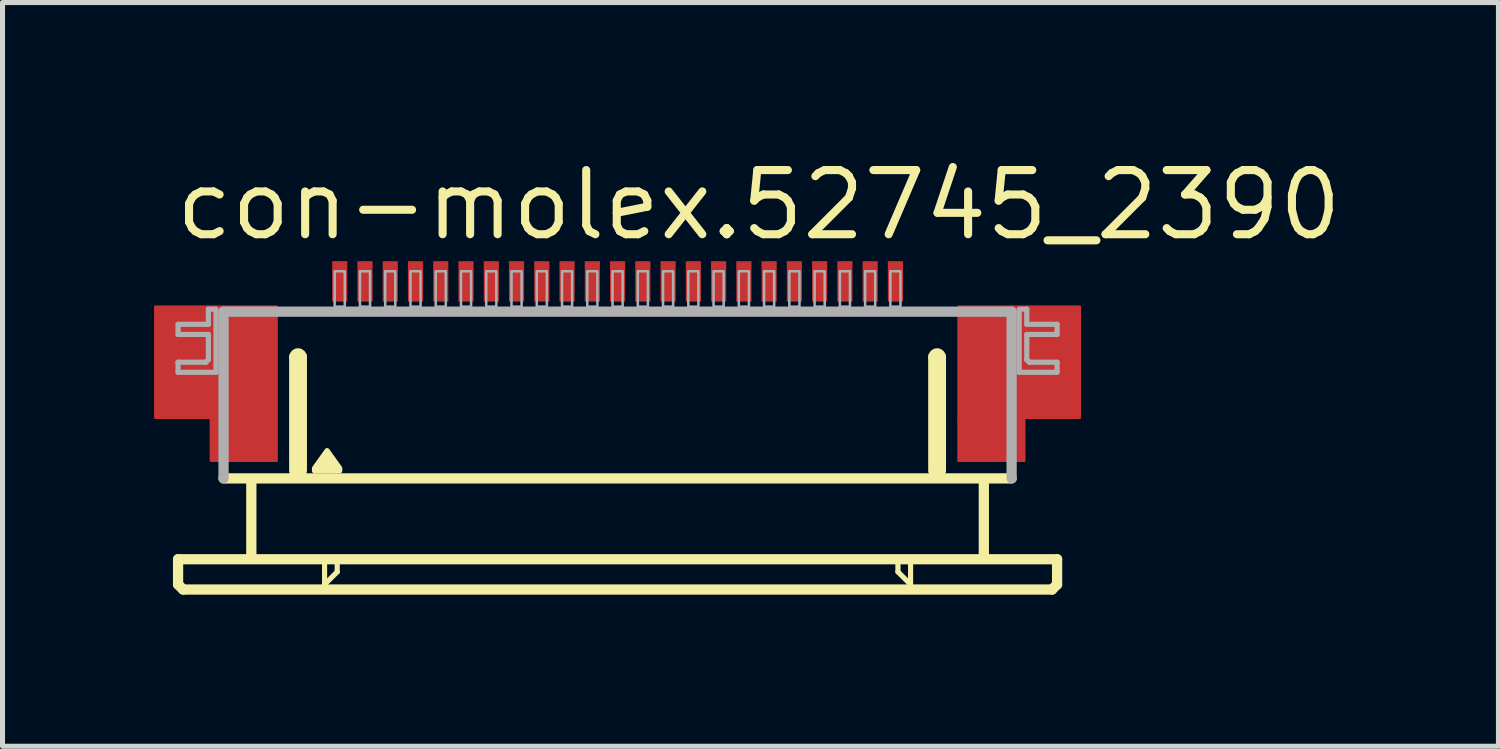
<source format=kicad_pcb>
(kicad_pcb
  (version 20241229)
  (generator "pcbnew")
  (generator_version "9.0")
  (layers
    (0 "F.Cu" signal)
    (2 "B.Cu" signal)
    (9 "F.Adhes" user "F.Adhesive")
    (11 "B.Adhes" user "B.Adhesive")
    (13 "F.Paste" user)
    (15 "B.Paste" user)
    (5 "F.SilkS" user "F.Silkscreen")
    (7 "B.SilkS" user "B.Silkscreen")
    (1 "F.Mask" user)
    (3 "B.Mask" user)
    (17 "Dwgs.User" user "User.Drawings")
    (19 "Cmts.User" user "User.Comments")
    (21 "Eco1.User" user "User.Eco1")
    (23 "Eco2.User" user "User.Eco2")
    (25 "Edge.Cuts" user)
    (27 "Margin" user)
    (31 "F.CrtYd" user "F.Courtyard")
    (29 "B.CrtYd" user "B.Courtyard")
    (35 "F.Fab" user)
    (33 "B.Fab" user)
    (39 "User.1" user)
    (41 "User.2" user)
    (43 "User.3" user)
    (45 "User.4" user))
  (footprint "con-molex.52745_2390"
    (layer "F.Cu")
    (at 9.175 5.02)
    (property "Reference" "con-molex.52745_2390" (at -8.83 -3.27 0) (layer "F.SilkS") (effects (font (size 1.27 1.27) (thickness 0.16)) (justify left bottom)))
    (attr smd)
    (fp_rect (start -9.15 0.2) (end -6.75 -2) (stroke (width 0.05) (type default)) (fill yes) (layer "F.Cu"))
    (fp_rect (start -8.05 1.05) (end -6.75 0.2) (stroke (width 0.05) (type default)) (fill yes) (layer "F.Cu"))
    (fp_rect (start 6.75 0.2) (end 9.15 -2) (stroke (width 0.05) (type default)) (fill yes) (layer "F.Cu"))
    (fp_rect (start 6.75 1.05) (end 8.05 0.2) (stroke (width 0.05) (type default)) (fill yes) (layer "F.Cu"))
    (fp_rect (start -9.15 0.2) (end -8 -2) (stroke (width 0.05) (type default)) (fill yes) (layer "F.Mask"))
    (fp_rect (start -8.05 1.05) (end -6.75 -2) (stroke (width 0.05) (type default)) (fill yes) (layer "F.Mask"))
    (fp_rect (start 6.75 1.05) (end 8.05 -2) (stroke (width 0.05) (type default)) (fill yes) (layer "F.Mask"))
    (fp_rect (start 8 0.2) (end 9.15 -2) (stroke (width 0.05) (type default)) (fill yes) (layer "F.Mask"))
    (fp_line (start -8.7 3) (end -8.7 3.5) (stroke (width 0.203) (type default)) (layer "F.SilkS"))
    (fp_line (start -8.7 3.5) (end -8.6 3.6) (stroke (width 0.203) (type default)) (layer "F.SilkS"))
    (fp_line (start -8.6 3.6) (end 8.6 3.6) (stroke (width 0.203) (type default)) (layer "F.SilkS"))
    (fp_line (start -7.25 1.5) (end -7.25 2.9) (stroke (width 0.203) (type default)) (layer "F.SilkS"))
    (fp_line (start -6.4 1.25) (end -6.4 -1) (stroke (width 0.203) (type default)) (layer "F.SilkS"))
    (fp_line (start -6.25 -1) (end -6.25 1.25) (stroke (width 0.203) (type default)) (layer "F.SilkS"))
    (fp_line (start -5.8 3.1) (end -5.8 3.5) (stroke (width 0.102) (type default)) (layer "F.SilkS"))
    (fp_line (start -5.8 3.5) (end -5.55 3.25) (stroke (width 0.102) (type default)) (layer "F.SilkS"))
    (fp_line (start -5.55 3.25) (end -5.55 3.1) (stroke (width 0.102) (type default)) (layer "F.SilkS"))
    (fp_line (start 5.55 3.1) (end 5.55 3.25) (stroke (width 0.102) (type default)) (layer "F.SilkS"))
    (fp_line (start 5.55 3.25) (end 5.8 3.5) (stroke (width 0.102) (type default)) (layer "F.SilkS"))
    (fp_line (start 5.8 3.5) (end 5.8 3.1) (stroke (width 0.102) (type default)) (layer "F.SilkS"))
    (fp_line (start 6.25 1.25) (end 6.25 -1) (stroke (width 0.203) (type default)) (layer "F.SilkS"))
    (fp_line (start 6.4 -1) (end 6.4 1.25) (stroke (width 0.203) (type default)) (layer "F.SilkS"))
    (fp_line (start 7.25 1.5) (end 7.25 2.9) (stroke (width 0.203) (type default)) (layer "F.SilkS"))
    (fp_line (start 7.8 1.4) (end -7.8 1.4) (stroke (width 0.203) (type default)) (layer "F.SilkS"))
    (fp_line (start 8.6 3.6) (end 8.7 3.5) (stroke (width 0.203) (type default)) (layer "F.SilkS"))
    (fp_line (start 8.7 3) (end -8.7 3) (stroke (width 0.203) (type default)) (layer "F.SilkS"))
    (fp_line (start 8.7 3.5) (end 8.7 3) (stroke (width 0.203) (type default)) (layer "F.SilkS"))
    (fp_arc (start -6.4 -1) (mid -6.325 -1.075) (end -6.25 -1) (stroke (width 0.2032) (type default)) (layer "F.SilkS"))
    (fp_arc (start 6.25 -1) (mid 6.325 -1.075) (end 6.4 -1) (stroke (width 0.2032) (type default)) (layer "F.SilkS"))
    (fp_poly (pts (xy -6 1.25) (xy -6 1.2) (xy -5.75 0.85) (xy -5.5 1.2) (xy -5.5 1.25)) (stroke (width 0.102) (type default)) (fill yes) (layer "F.SilkS"))
    (fp_rect (start -8.95 0.05) (end -6.95 -1.85) (stroke (width 0.05) (type default)) (fill yes) (layer "F.Paste"))
    (fp_rect (start 6.95 0.05) (end 8.95 -1.85) (stroke (width 0.05) (type default)) (fill yes) (layer "F.Paste"))
    (fp_line (start -8.7 -1.65) (end -8.7 -1.45) (stroke (width 0.102) (type default)) (layer "F.Fab"))
    (fp_line (start -8.7 -1.45) (end -8.1 -1.45) (stroke (width 0.102) (type default)) (layer "F.Fab"))
    (fp_line (start -8.7 -0.9) (end -8.7 -0.7) (stroke (width 0.102) (type default)) (layer "F.Fab"))
    (fp_line (start -8.7 -0.7) (end -7.95 -0.7) (stroke (width 0.102) (type default)) (layer "F.Fab"))
    (fp_line (start -8.15 -0.9) (end -8.7 -0.9) (stroke (width 0.102) (type default)) (layer "F.Fab"))
    (fp_line (start -8.1 -1.95) (end -8.1 -1.65) (stroke (width 0.102) (type default)) (layer "F.Fab"))
    (fp_line (start -8.1 -1.65) (end -8.7 -1.65) (stroke (width 0.102) (type default)) (layer "F.Fab"))
    (fp_line (start -8.1 -1.45) (end -8.1 -0.95) (stroke (width 0.102) (type default)) (layer "F.Fab"))
    (fp_line (start -8.1 -0.95) (end -8.15 -0.9) (stroke (width 0.102) (type default)) (layer "F.Fab"))
    (fp_line (start -7.95 -1.95) (end -8.1 -1.95) (stroke (width 0.102) (type default)) (layer "F.Fab"))
    (fp_line (start -7.95 -0.7) (end -7.95 -1.9) (stroke (width 0.102) (type default)) (layer "F.Fab"))
    (fp_line (start -7.8 -1.9) (end 7.8 -1.9) (stroke (width 0.203) (type default)) (layer "F.Fab"))
    (fp_line (start -7.8 1.4) (end -7.8 -1.9) (stroke (width 0.203) (type default)) (layer "F.Fab"))
    (fp_line (start 7.8 -1.9) (end 7.8 1.4) (stroke (width 0.203) (type default)) (layer "F.Fab"))
    (fp_line (start 7.95 -1.95) (end 8.1 -1.95) (stroke (width 0.102) (type default)) (layer "F.Fab"))
    (fp_line (start 7.95 -0.7) (end 7.95 -1.9) (stroke (width 0.102) (type default)) (layer "F.Fab"))
    (fp_line (start 8.1 -1.95) (end 8.1 -1.65) (stroke (width 0.102) (type default)) (layer "F.Fab"))
    (fp_line (start 8.1 -1.65) (end 8.7 -1.65) (stroke (width 0.102) (type default)) (layer "F.Fab"))
    (fp_line (start 8.1 -1.45) (end 8.1 -0.95) (stroke (width 0.102) (type default)) (layer "F.Fab"))
    (fp_line (start 8.1 -0.95) (end 8.15 -0.9) (stroke (width 0.102) (type default)) (layer "F.Fab"))
    (fp_line (start 8.15 -0.9) (end 8.7 -0.9) (stroke (width 0.102) (type default)) (layer "F.Fab"))
    (fp_line (start 8.7 -1.65) (end 8.7 -1.45) (stroke (width 0.102) (type default)) (layer "F.Fab"))
    (fp_line (start 8.7 -1.45) (end 8.1 -1.45) (stroke (width 0.102) (type default)) (layer "F.Fab"))
    (fp_line (start 8.7 -0.9) (end 8.7 -0.7) (stroke (width 0.102) (type default)) (layer "F.Fab"))
    (fp_line (start 8.7 -0.7) (end 7.95 -0.7) (stroke (width 0.102) (type default)) (layer "F.Fab"))
    (fp_rect (start -5.6 -2) (end -5.4 -2.7) (stroke (width 0.05) (type default)) (fill no) (layer "F.Fab"))
    (fp_rect (start -5.1 -2) (end -4.9 -2.7) (stroke (width 0.05) (type default)) (fill no) (layer "F.Fab"))
    (fp_rect (start -4.6 -2) (end -4.4 -2.7) (stroke (width 0.05) (type default)) (fill no) (layer "F.Fab"))
    (fp_rect (start -4.1 -2) (end -3.9 -2.7) (stroke (width 0.05) (type default)) (fill no) (layer "F.Fab"))
    (fp_rect (start -3.6 -2) (end -3.4 -2.7) (stroke (width 0.05) (type default)) (fill no) (layer "F.Fab"))
    (fp_rect (start -3.1 -2) (end -2.9 -2.7) (stroke (width 0.05) (type default)) (fill no) (layer "F.Fab"))
    (fp_rect (start -2.6 -2) (end -2.4 -2.7) (stroke (width 0.05) (type default)) (fill no) (layer "F.Fab"))
    (fp_rect (start -2.1 -2) (end -1.9 -2.7) (stroke (width 0.05) (type default)) (fill no) (layer "F.Fab"))
    (fp_rect (start -1.6 -2) (end -1.4 -2.7) (stroke (width 0.05) (type default)) (fill no) (layer "F.Fab"))
    (fp_rect (start -1.1 -2) (end -0.9 -2.7) (stroke (width 0.05) (type default)) (fill no) (layer "F.Fab"))
    (fp_rect (start -0.6 -2) (end -0.4 -2.7) (stroke (width 0.05) (type default)) (fill no) (layer "F.Fab"))
    (fp_rect (start -0.1 -2) (end 0.1 -2.7) (stroke (width 0.05) (type default)) (fill no) (layer "F.Fab"))
    (fp_rect (start 0.4 -2) (end 0.6 -2.7) (stroke (width 0.05) (type default)) (fill no) (layer "F.Fab"))
    (fp_rect (start 0.9 -2) (end 1.1 -2.7) (stroke (width 0.05) (type default)) (fill no) (layer "F.Fab"))
    (fp_rect (start 1.4 -2) (end 1.6 -2.7) (stroke (width 0.05) (type default)) (fill no) (layer "F.Fab"))
    (fp_rect (start 1.9 -2) (end 2.1 -2.7) (stroke (width 0.05) (type default)) (fill no) (layer "F.Fab"))
    (fp_rect (start 2.4 -2) (end 2.6 -2.7) (stroke (width 0.05) (type default)) (fill no) (layer "F.Fab"))
    (fp_rect (start 2.9 -2) (end 3.1 -2.7) (stroke (width 0.05) (type default)) (fill no) (layer "F.Fab"))
    (fp_rect (start 3.4 -2) (end 3.6 -2.7) (stroke (width 0.05) (type default)) (fill no) (layer "F.Fab"))
    (fp_rect (start 3.9 -2) (end 4.1 -2.7) (stroke (width 0.05) (type default)) (fill no) (layer "F.Fab"))
    (fp_rect (start 4.4 -2) (end 4.6 -2.7) (stroke (width 0.05) (type default)) (fill no) (layer "F.Fab"))
    (fp_rect (start 4.9 -2) (end 5.1 -2.7) (stroke (width 0.05) (type default)) (fill no) (layer "F.Fab"))
    (fp_rect (start 5.4 -2) (end 5.6 -2.7) (stroke (width 0.05) (type default)) (fill no) (layer "F.Fab"))
    (pad "1" smd roundrect (at -5.5 -2.5) (size 0.3 0.8) (layers "F.Cu" "F.Mask" "F.Paste") (roundrect_rratio 0.01))
    (pad "2" smd roundrect (at -5 -2.5) (size 0.3 0.8) (layers "F.Cu" "F.Mask" "F.Paste") (roundrect_rratio 0.01))
    (pad "3" smd roundrect (at -4.5 -2.5) (size 0.3 0.8) (layers "F.Cu" "F.Mask" "F.Paste") (roundrect_rratio 0.01))
    (pad "4" smd roundrect (at -4 -2.5) (size 0.3 0.8) (layers "F.Cu" "F.Mask" "F.Paste") (roundrect_rratio 0.01))
    (pad "5" smd roundrect (at -3.5 -2.5) (size 0.3 0.8) (layers "F.Cu" "F.Mask" "F.Paste") (roundrect_rratio 0.01))
    (pad "6" smd roundrect (at -3 -2.5) (size 0.3 0.8) (layers "F.Cu" "F.Mask" "F.Paste") (roundrect_rratio 0.01))
    (pad "7" smd roundrect (at -2.5 -2.5) (size 0.3 0.8) (layers "F.Cu" "F.Mask" "F.Paste") (roundrect_rratio 0.01))
    (pad "8" smd roundrect (at -2 -2.5) (size 0.3 0.8) (layers "F.Cu" "F.Mask" "F.Paste") (roundrect_rratio 0.01))
    (pad "9" smd roundrect (at -1.5 -2.5) (size 0.3 0.8) (layers "F.Cu" "F.Mask" "F.Paste") (roundrect_rratio 0.01))
    (pad "10" smd roundrect (at -1 -2.5) (size 0.3 0.8) (layers "F.Cu" "F.Mask" "F.Paste") (roundrect_rratio 0.01))
    (pad "11" smd roundrect (at -0.5 -2.5) (size 0.3 0.8) (layers "F.Cu" "F.Mask" "F.Paste") (roundrect_rratio 0.01))
    (pad "12" smd roundrect (at 0 -2.5) (size 0.3 0.8) (layers "F.Cu" "F.Mask" "F.Paste") (roundrect_rratio 0.01))
    (pad "13" smd roundrect (at 0.5 -2.5) (size 0.3 0.8) (layers "F.Cu" "F.Mask" "F.Paste") (roundrect_rratio 0.01))
    (pad "14" smd roundrect (at 1 -2.5) (size 0.3 0.8) (layers "F.Cu" "F.Mask" "F.Paste") (roundrect_rratio 0.01))
    (pad "15" smd roundrect (at 1.5 -2.5) (size 0.3 0.8) (layers "F.Cu" "F.Mask" "F.Paste") (roundrect_rratio 0.01))
    (pad "16" smd roundrect (at 2 -2.5) (size 0.3 0.8) (layers "F.Cu" "F.Mask" "F.Paste") (roundrect_rratio 0.01))
    (pad "17" smd roundrect (at 2.5 -2.5) (size 0.3 0.8) (layers "F.Cu" "F.Mask" "F.Paste") (roundrect_rratio 0.01))
    (pad "18" smd roundrect (at 3 -2.5) (size 0.3 0.8) (layers "F.Cu" "F.Mask" "F.Paste") (roundrect_rratio 0.01))
    (pad "19" smd roundrect (at 3.5 -2.5) (size 0.3 0.8) (layers "F.Cu" "F.Mask" "F.Paste") (roundrect_rratio 0.01))
    (pad "20" smd roundrect (at 4 -2.5) (size 0.3 0.8) (layers "F.Cu" "F.Mask" "F.Paste") (roundrect_rratio 0.01))
    (pad "21" smd roundrect (at 4.5 -2.5) (size 0.3 0.8) (layers "F.Cu" "F.Mask" "F.Paste") (roundrect_rratio 0.01))
    (pad "22" smd roundrect (at 5 -2.5) (size 0.3 0.8) (layers "F.Cu" "F.Mask" "F.Paste") (roundrect_rratio 0.01))
    (pad "23" smd roundrect (at 5.5 -2.5) (size 0.3 0.8) (layers "F.Cu" "F.Mask" "F.Paste") (roundrect_rratio 0.01)))
  (gr_rect
    (start -3 -3)
    (end 26.612 11.722)
    (stroke (width 0.1) (type default))
    (fill no)
    (layer "Edge.Cuts")))
</source>
